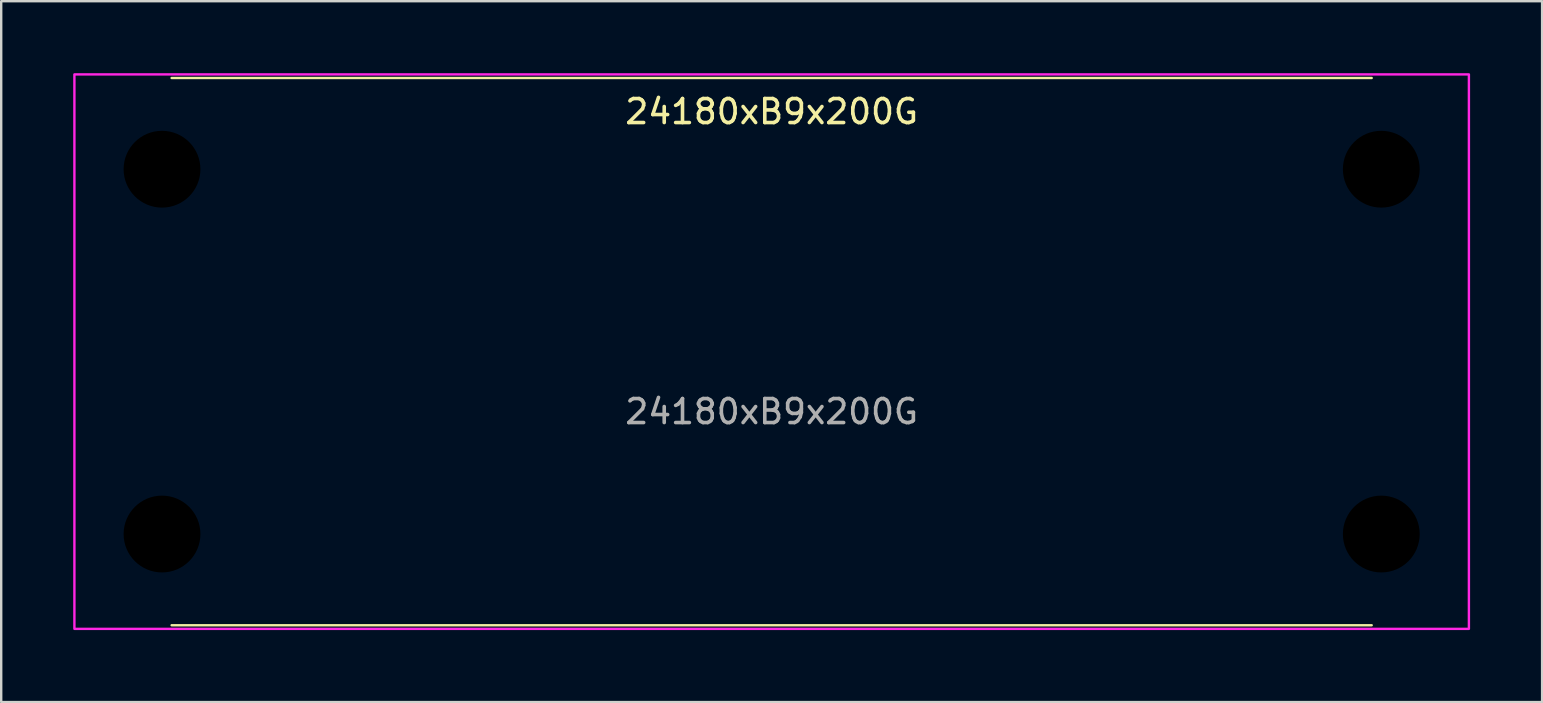
<source format=kicad_pcb>
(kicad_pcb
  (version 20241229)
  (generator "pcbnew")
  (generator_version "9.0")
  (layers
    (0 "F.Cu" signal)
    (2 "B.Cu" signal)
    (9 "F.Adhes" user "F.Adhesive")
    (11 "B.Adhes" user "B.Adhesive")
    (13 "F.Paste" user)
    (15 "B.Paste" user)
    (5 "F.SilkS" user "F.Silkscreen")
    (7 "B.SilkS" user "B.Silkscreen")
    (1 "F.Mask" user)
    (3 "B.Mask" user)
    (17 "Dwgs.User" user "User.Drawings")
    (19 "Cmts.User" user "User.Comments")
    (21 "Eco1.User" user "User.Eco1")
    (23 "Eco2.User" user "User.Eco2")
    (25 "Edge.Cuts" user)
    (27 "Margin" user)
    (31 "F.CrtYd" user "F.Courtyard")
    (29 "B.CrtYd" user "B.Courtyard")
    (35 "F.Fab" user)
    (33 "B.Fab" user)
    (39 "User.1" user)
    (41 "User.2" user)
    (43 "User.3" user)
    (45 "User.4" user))
  (footprint "24180xB9x200G"
    (layer "F.Cu")
    (at 29.1 11.6)
    (property "Reference" "24180xB9x200G" (at 0 -10 0) (unlocked yes) (layer "F.SilkS") (effects (font (size 1 1) (thickness 0.15))))
    (attr smd)
    (fp_line (start -25 -11.4) (end 25 -11.4) (stroke (width 0.1) (type solid)) (layer "F.SilkS"))
    (fp_line (start -25 11.4) (end 25 11.4) (stroke (width 0.1) (type solid)) (layer "F.SilkS"))
    (fp_circle (center -25.4 -7.6) (end -22.9 -7.6) (stroke (width 0.1) (type solid)) (fill no) (layer "Margin"))
    (fp_circle (center -25.4 7.6) (end -22.9 7.6) (stroke (width 0.1) (type solid)) (fill no) (layer "Margin"))
    (fp_circle (center 25.4 -7.6) (end 27.9 -7.6) (stroke (width 0.1) (type solid)) (fill no) (layer "Margin"))
    (fp_circle (center 25.4 7.6) (end 27.9 7.6) (stroke (width 0.1) (type solid)) (fill no) (layer "Margin"))
    (fp_rect (start -29.05 -11.55) (end 29.05 11.55) (stroke (width 0.1) (type solid)) (fill no) (layer "F.CrtYd"))
    (fp_text user "${REFERENCE}" (at 0 2.5 0) (unlocked yes) (layer "F.Fab") (effects (font (size 1 1) (thickness 0.15))))
    (pad "" np_thru_hole circle (at -25.4 -7.6) (size 3.2 3.2) (drill 3.2) (layers "*.Mask"))
    (pad "" np_thru_hole circle (at -25.4 7.6) (size 3.2 3.2) (drill 3.2) (layers "*.Mask"))
    (pad "" np_thru_hole circle (at 25.4 -7.6) (size 3.2 3.2) (drill 3.2) (layers "*.Mask"))
    (pad "" np_thru_hole circle (at 25.4 7.6) (size 3.2 3.2) (drill 3.2) (layers "*.Mask")))
  (gr_rect
    (start -3 -3)
    (end 61.2 26.2)
    (stroke (width 0.1) (type default))
    (fill no)
    (layer "Edge.Cuts")))
</source>
